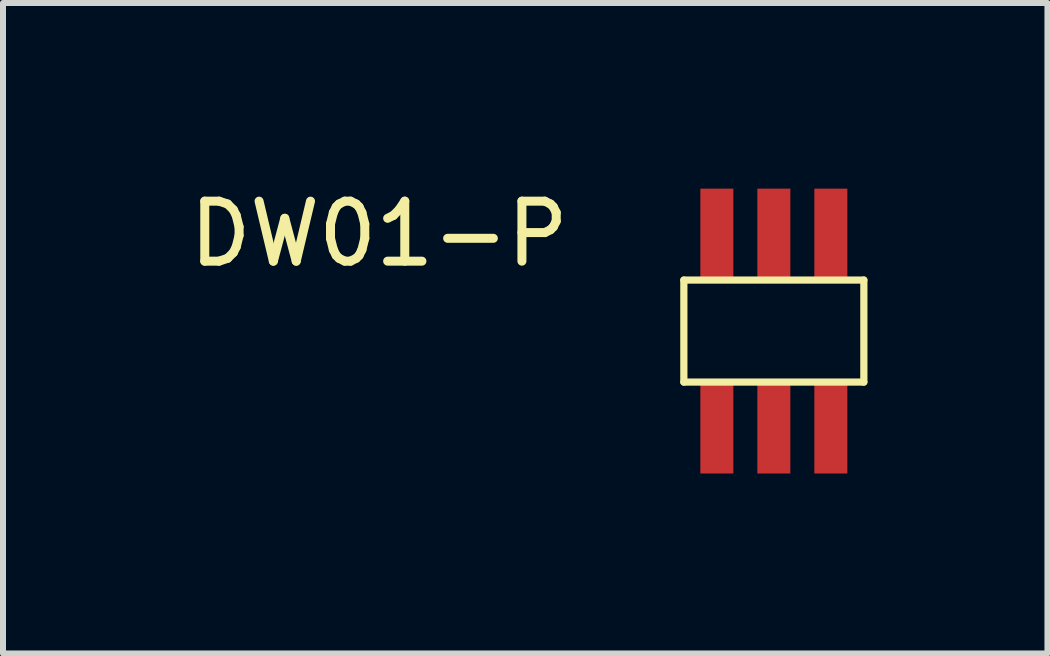
<source format=kicad_pcb>
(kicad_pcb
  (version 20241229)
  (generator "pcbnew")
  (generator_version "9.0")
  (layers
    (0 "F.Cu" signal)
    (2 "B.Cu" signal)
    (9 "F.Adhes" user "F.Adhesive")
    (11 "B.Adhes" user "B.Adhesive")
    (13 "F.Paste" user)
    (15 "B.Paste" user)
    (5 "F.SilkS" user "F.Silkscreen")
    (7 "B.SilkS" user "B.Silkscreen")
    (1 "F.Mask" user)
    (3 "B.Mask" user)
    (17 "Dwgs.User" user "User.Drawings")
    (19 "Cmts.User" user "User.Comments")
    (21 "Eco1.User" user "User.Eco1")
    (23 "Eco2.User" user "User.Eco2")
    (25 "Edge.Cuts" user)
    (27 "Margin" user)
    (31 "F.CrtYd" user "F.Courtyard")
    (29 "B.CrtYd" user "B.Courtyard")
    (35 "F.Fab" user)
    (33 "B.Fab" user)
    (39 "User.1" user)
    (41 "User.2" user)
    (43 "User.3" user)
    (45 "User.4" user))
  (footprint "DW01-P"
    (layer "F.Cu")
    (at 8.348 1.618)
    (property "Reference" "DW01-P" (at -5.08 -0.77 0) (layer "F.SilkS") (effects (font (size 1 1) (thickness 0.15))))
    (attr through_hole)
    (fp_line (start 0 0) (end 0 1.7) (stroke (width 0.12) (type solid)) (layer "F.SilkS"))
    (fp_line (start 0 0) (end 3 0) (stroke (width 0.12) (type solid)) (layer "F.SilkS"))
    (fp_line (start 0 1.7) (end 3 1.7) (stroke (width 0.12) (type solid)) (layer "F.SilkS"))
    (fp_line (start 3 0) (end 3 1.7) (stroke (width 0.12) (type solid)) (layer "F.SilkS"))
    (pad "1" smd rect (at 0.55 2.462) (size 0.55 1.524) (layers "F.Cu" "F.Mask" "F.Paste"))
    (pad "2" smd rect (at 1.5 2.462) (size 0.55 1.524) (layers "F.Cu" "F.Mask" "F.Paste"))
    (pad "3" smd rect (at 2.45 2.462) (size 0.55 1.524) (layers "F.Cu" "F.Mask" "F.Paste"))
    (pad "4" smd rect (at 2.45 -0.762) (size 0.55 1.524) (layers "F.Cu" "F.Mask" "F.Paste"))
    (pad "5" smd rect (at 1.5 -0.762) (size 0.55 1.524) (layers "F.Cu" "F.Mask" "F.Paste"))
    (pad "6" smd rect (at 0.55 -0.762) (size 0.55 1.524) (layers "F.Cu" "F.Mask" "F.Paste")))
  (gr_rect
    (start -3 -3)
    (end 14.408 7.842)
    (stroke (width 0.1) (type default))
    (fill no)
    (layer "Edge.Cuts")))
</source>
